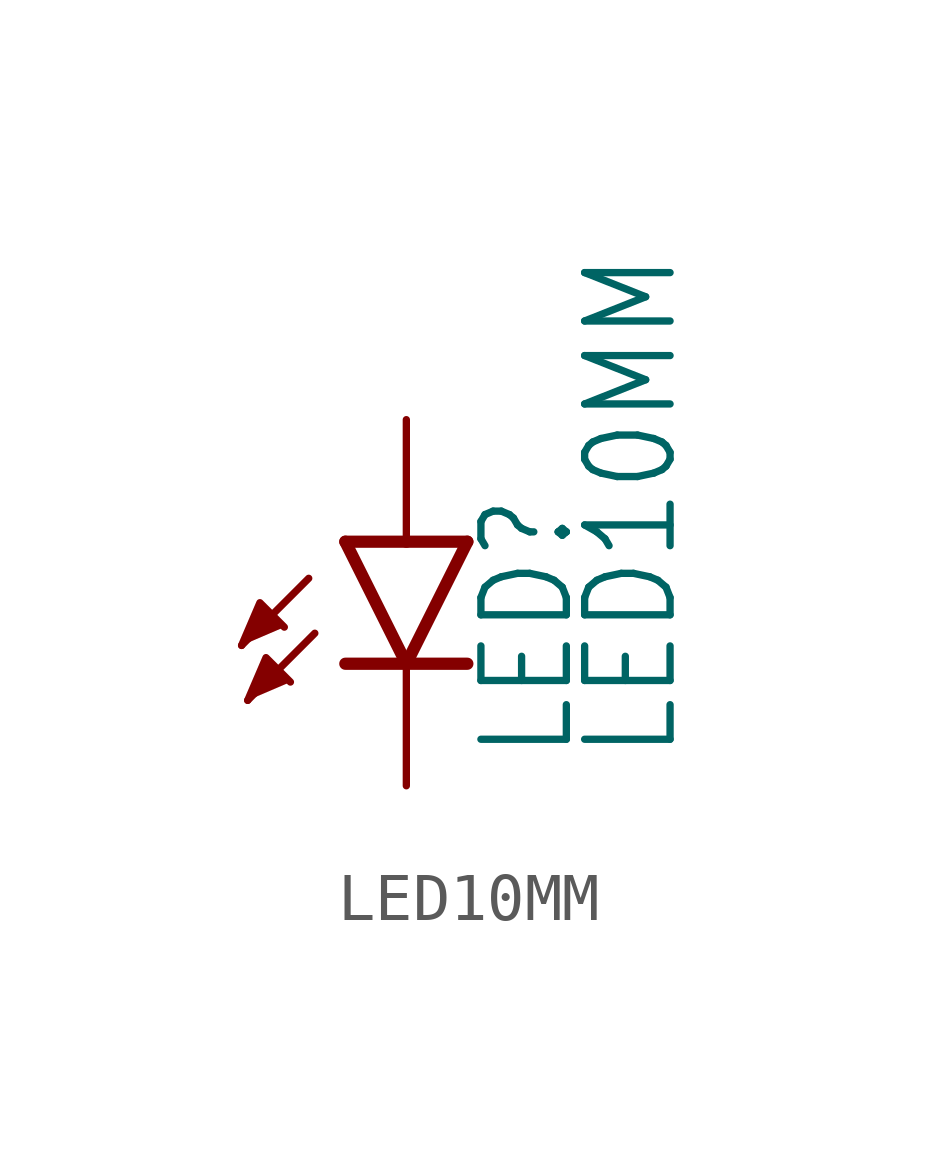
<source format=kicad_sym>
(kicad_symbol_lib
  (version 20210619)
  (generator kicad_symbol_editor)
  (symbol "LED10MM"
    (property "Reference" "LED"
      (at 3.556 -4.572 90)
      (effects (font (size 1.778 1.511)) (justify left bottom)))
    (property "Value" "LED10MM"
      (at 5.715 -4.572 90)
      (effects (font (size 1.778 1.511)) (justify left bottom)))
    (property "ki_locked" ""
      (at 0 0 0)
      (effects (font (size 1.27 1.27))))
    (symbol "LED10MM_1_0"
      (polyline (pts (xy -2.032 -0.762) (xy -3.429 -2.159)) (stroke (width 0.152)) (fill (type none)))
      (polyline (pts (xy -1.905 -1.905) (xy -3.302 -3.302)) (stroke (width 0.152)) (fill (type none)))
      (polyline (pts (xy 0 -2.54) (xy -1.27 -2.54)) (stroke (width 0.254)) (fill (type none)))
      (polyline (pts (xy 0 -2.54) (xy -1.27 0)) (stroke (width 0.254)) (fill (type none)))
      (polyline (pts (xy 0 0) (xy -1.27 0)) (stroke (width 0.254)) (fill (type none)))
      (polyline (pts (xy 1.27 -2.54) (xy 0 -2.54)) (stroke (width 0.254)) (fill (type none)))
      (polyline (pts (xy 1.27 0) (xy 0 -2.54)) (stroke (width 0.254)) (fill (type none)))
      (polyline (pts (xy 1.27 0) (xy 0 0)) (stroke (width 0.254)) (fill (type none)))
      (polyline (pts (xy -3.429 -2.159) (xy -3.048 -1.27) (xy -2.54 -1.778)) (stroke (width 0)) (fill (type outline)))
      (polyline (pts (xy -3.302 -3.302) (xy -2.921 -2.413) (xy -2.413 -2.921)) (stroke (width 0)) (fill (type outline)))
      (pin passive line (at 0 2.54 270) (length 2.54) (name "A" (effects (font (size 0 0)))) (number "A" (effects (font (size 0 0)))))
      (pin passive line (at 0 -5.08 90) (length 2.54) (name "C" (effects (font (size 0 0)))) (number "K" (effects (font (size 0 0))))))))
</source>
